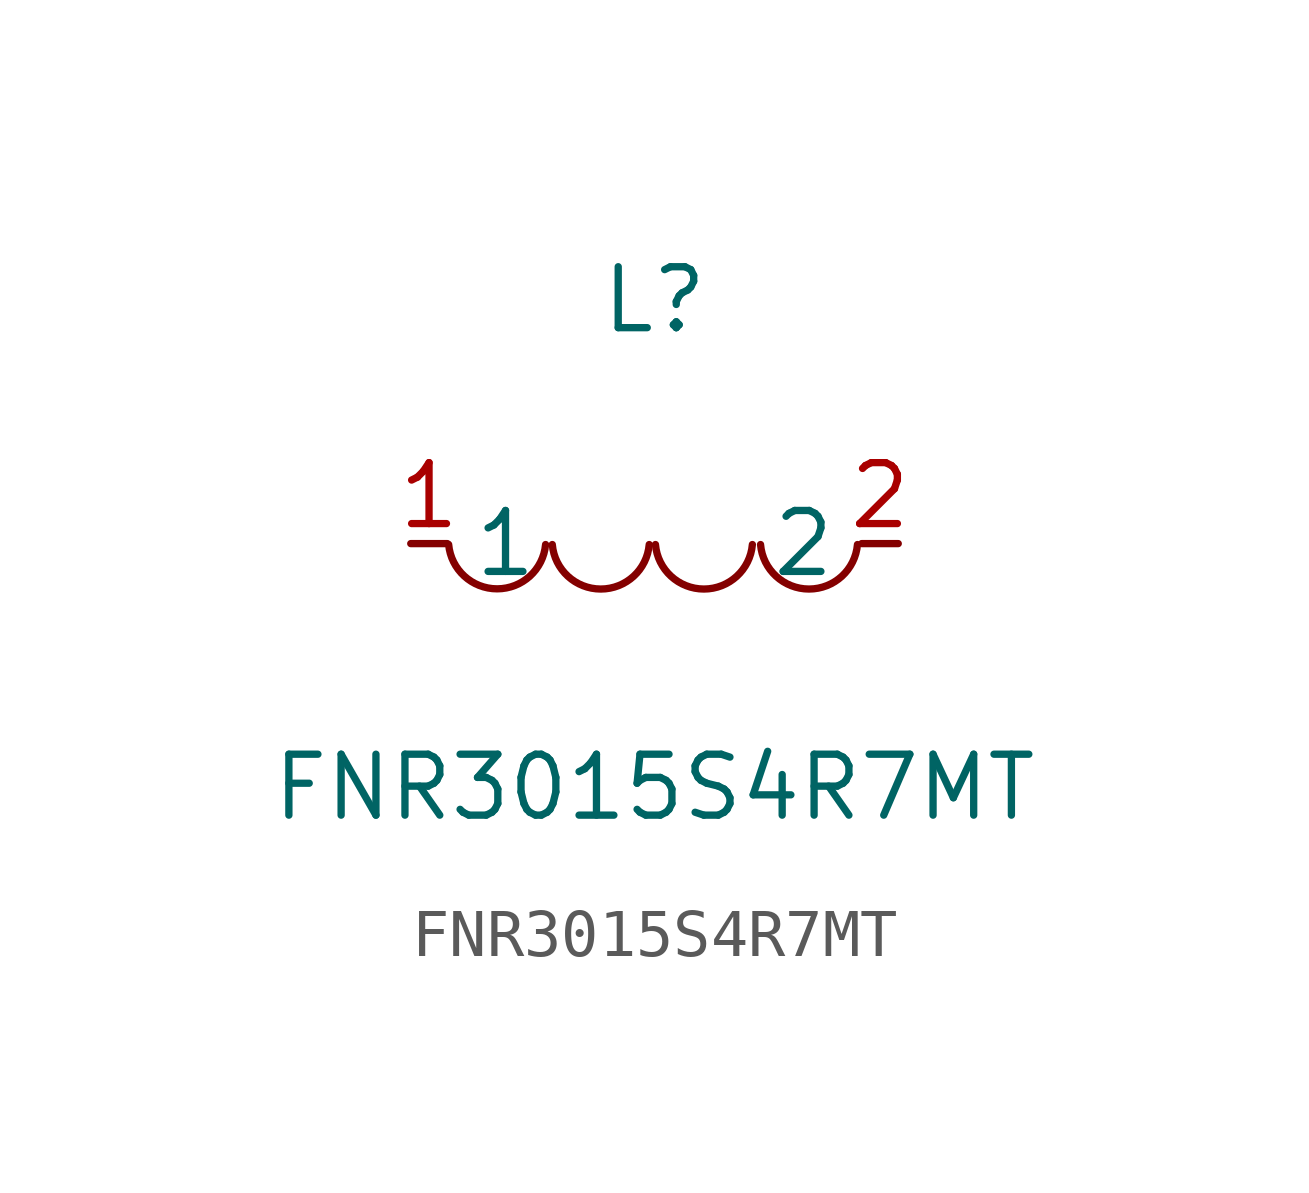
<source format=kicad_sym>
(kicad_symbol_lib
  (version 20211014)
  (generator https://github.com/uPesy/easyeda2kicad.py)
  (symbol "FNR3015S4R7MT"
    (property "Reference" "L"
      (at 0 5.08 0)
      (effects (font (size 1.27 1.27))))
    (property "Value" "FNR3015S4R7MT"
      (at 0 -5.08 0)
      (effects (font (size 1.27 1.27))))
    (symbol "FNR3015S4R7MT_0_1"
      (arc (start -4.29 -0.02) (mid -2.81 -1.01) (end -2.27 -0.02) (stroke (width 0) (type default) (color 0 0 0 0)) (fill (type none)))
      (arc (start -2.13 -0.02) (mid -0.66 -1.01) (end -0.11 -0.02) (stroke (width 0) (type default) (color 0 0 0 0)) (fill (type none)))
      (arc (start 0.02 -0.02) (mid 1.49 -1.01) (end 2.04 -0.02) (stroke (width 0) (type default) (color 0 0 0 0)) (fill (type none)))
      (arc (start 2.21 -0.02) (mid 3.68 -1.01) (end 4.23 -0.02) (stroke (width 0) (type default) (color 0 0 0 0)) (fill (type none)))
      (pin unspecified line (at 5.08 -0.00 180) (length 0.762) (name "2" (effects (font (size 1.27 1.27)))) (number "2" (effects (font (size 1.27 1.27)))))
      (pin unspecified line (at -5.08 -0.00 0) (length 0.762) (name "1" (effects (font (size 1.27 1.27)))) (number "1" (effects (font (size 1.27 1.27))))))))
</source>
